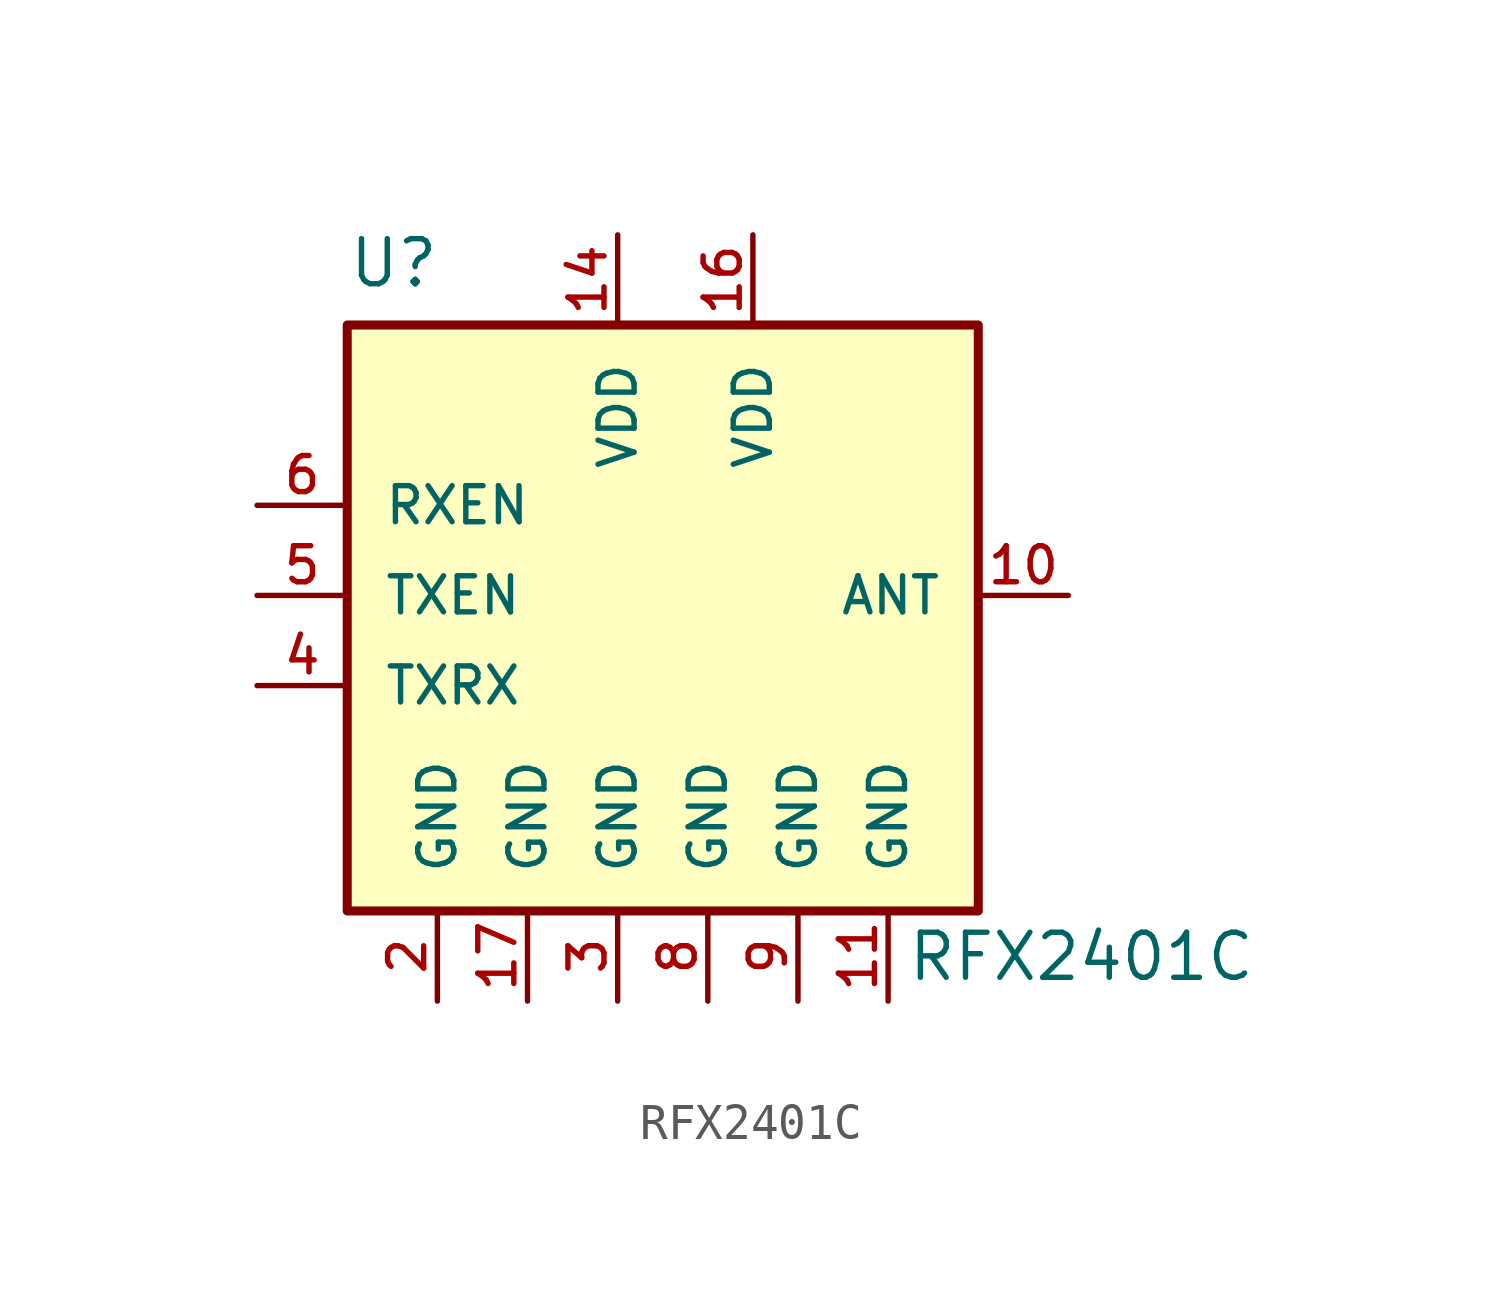
<source format=kicad_sym>
(kicad_symbol_lib
  (version 20231120)
  (generator "kicad_symbol_editor")
  (generator_version "8.0")
  (symbol "RFX2401C"
    (pin_names
      (offset 1.016))
    (property "Reference" "U"
      (at -8.89 8.62 0)
      (effects (font (size 1.27 1.27)) (justify left bottom)))
    (property "Value" "RFX2401C"
      (at 6.858 -10.922 0)
      (effects (font (size 1.27 1.27)) (justify left bottom)))
    (symbol "RFX2401C_0_0"
      (rectangle (start -8.89 7.62) (end 8.89 -8.89) (stroke (width 0.254) (type default)) (fill (type background))))
    (symbol "RFX2401C_1_0"
      (pin passive line (at 11.43 0 180) (length 2.54) (name "ANT" (effects (font (size 1.016 1.016)))) (number "10" (effects (font (size 1.016 1.016)))))
      (pin power_in line (at 6.35 -11.43 90) (length 2.54) (name "GND" (effects (font (size 1.016 1.016)))) (number "11" (effects (font (size 1.016 1.016)))))
      (pin power_in line (at -1.27 10.16 270) (length 2.54) (name "VDD" (effects (font (size 1.016 1.016)))) (number "14" (effects (font (size 1.016 1.016)))))
      (pin power_in line (at 2.54 10.16 270) (length 2.54) (name "VDD" (effects (font (size 1.016 1.016)))) (number "16" (effects (font (size 1.016 1.016)))))
      (pin power_in line (at -3.81 -11.43 90) (length 2.54) (name "GND" (effects (font (size 1.016 1.016)))) (number "17" (effects (font (size 1.016 1.016)))))
      (pin power_in line (at -6.35 -11.43 90) (length 2.54) (name "GND" (effects (font (size 1.016 1.016)))) (number "2" (effects (font (size 1.016 1.016)))))
      (pin power_in line (at -1.27 -11.43 90) (length 2.54) (name "GND" (effects (font (size 1.016 1.016)))) (number "3" (effects (font (size 1.016 1.016)))))
      (pin bidirectional line (at -11.43 -2.54 0) (length 2.54) (name "TXRX" (effects (font (size 1.016 1.016)))) (number "4" (effects (font (size 1.016 1.016)))))
      (pin input line (at -11.43 0 0) (length 2.54) (name "TXEN" (effects (font (size 1.016 1.016)))) (number "5" (effects (font (size 1.016 1.016)))))
      (pin input line (at -11.43 2.54 0) (length 2.54) (name "RXEN" (effects (font (size 1.016 1.016)))) (number "6" (effects (font (size 1.016 1.016)))))
      (pin power_in line (at 1.27 -11.43 90) (length 2.54) (name "GND" (effects (font (size 1.016 1.016)))) (number "8" (effects (font (size 1.016 1.016)))))
      (pin power_in line (at 3.81 -11.43 90) (length 2.54) (name "GND" (effects (font (size 1.016 1.016)))) (number "9" (effects (font (size 1.016 1.016))))))))
</source>
